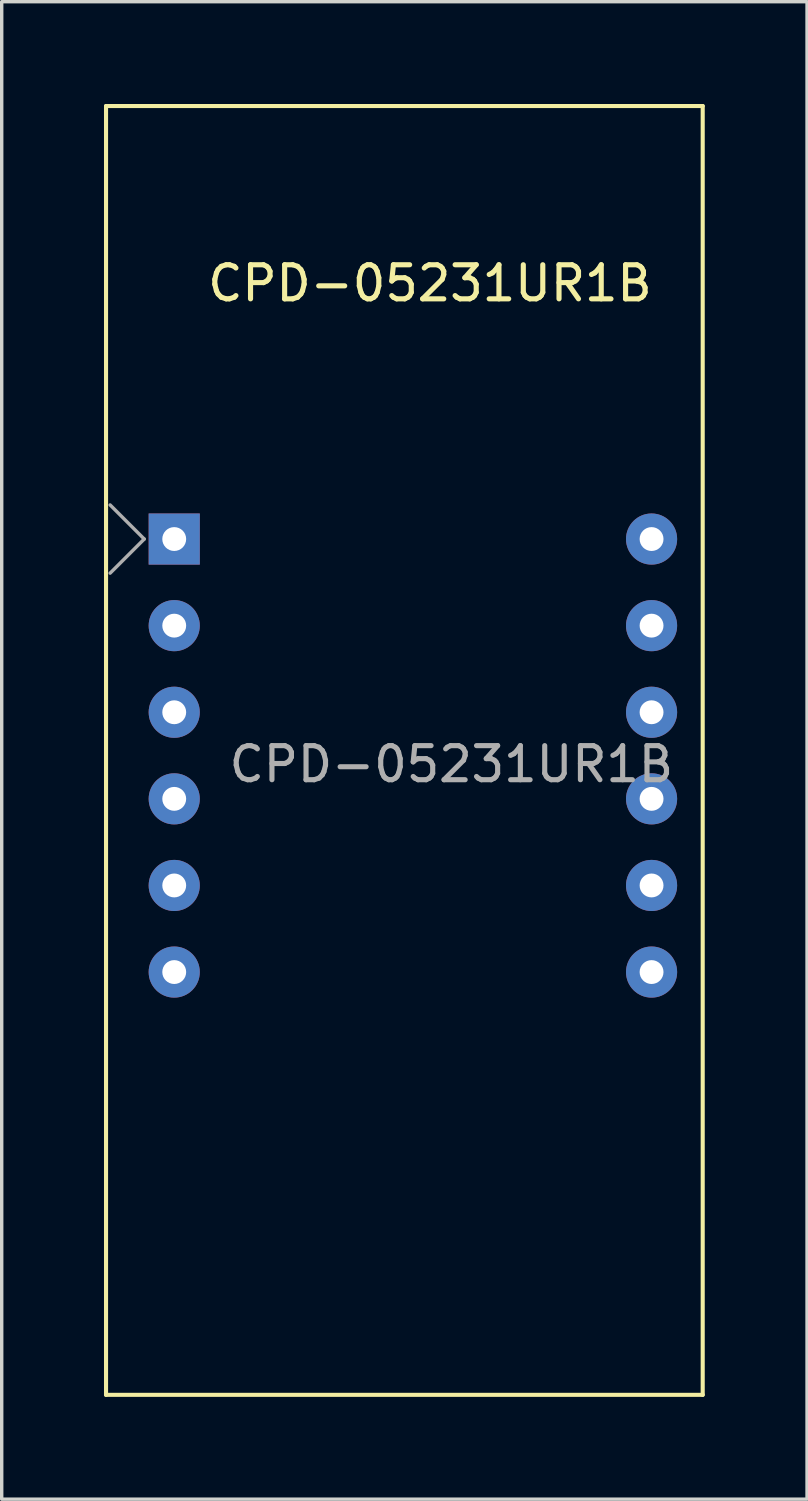
<source format=kicad_pcb>
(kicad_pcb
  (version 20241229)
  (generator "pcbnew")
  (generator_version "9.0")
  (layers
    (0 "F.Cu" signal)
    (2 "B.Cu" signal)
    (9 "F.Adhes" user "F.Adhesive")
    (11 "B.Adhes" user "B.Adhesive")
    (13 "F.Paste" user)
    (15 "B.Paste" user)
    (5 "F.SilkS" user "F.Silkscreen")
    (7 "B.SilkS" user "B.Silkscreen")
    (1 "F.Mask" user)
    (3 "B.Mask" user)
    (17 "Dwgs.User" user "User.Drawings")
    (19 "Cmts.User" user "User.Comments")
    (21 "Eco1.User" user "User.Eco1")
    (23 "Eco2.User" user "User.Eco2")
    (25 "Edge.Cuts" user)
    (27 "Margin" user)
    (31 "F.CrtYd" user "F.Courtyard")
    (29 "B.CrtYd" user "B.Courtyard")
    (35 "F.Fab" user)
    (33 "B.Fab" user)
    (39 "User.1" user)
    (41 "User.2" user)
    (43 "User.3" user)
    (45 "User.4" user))
  (footprint "CPD-05231UR1B"
    (layer "F.Cu")
    (at 2.06 12.76)
    (property "Reference" "CPD-05231UR1B" (at 7.5 -7.5 0) (layer "F.SilkS") (effects (font (size 1 1) (thickness 0.15))))
    (attr through_hole)
    (fp_line (start -2 -12.7) (end 15.5 -12.7) (stroke (width 0.12) (type solid)) (layer "F.SilkS"))
    (fp_line (start -2 25.1) (end -2 -12.7) (stroke (width 0.12) (type solid)) (layer "F.SilkS"))
    (fp_line (start 15.5 -12.7) (end 15.5 25.1) (stroke (width 0.12) (type solid)) (layer "F.SilkS"))
    (fp_line (start 15.5 25.1) (end -2 25.1) (stroke (width 0.12) (type solid)) (layer "F.SilkS"))
    (fp_line (start -1.88 1) (end -0.88 0) (stroke (width 0.1) (type solid)) (layer "F.Fab"))
    (fp_line (start -0.88 0) (end -1.88 -1) (stroke (width 0.1) (type solid)) (layer "F.Fab"))
    (fp_text user "${REFERENCE}" (at 8.128 6.604 0) (layer "F.Fab") (effects (font (size 1 1) (thickness 0.15))))
    (pad "1" thru_hole rect (at 0 0) (size 1.5 1.5) (drill 0.7) (layers "*.Cu" "*.Mask"))
    (pad "2" thru_hole circle (at 0 2.54) (size 1.5 1.5) (drill 0.7) (layers "*.Cu" "*.Mask"))
    (pad "3" thru_hole circle (at 0 5.08) (size 1.5 1.5) (drill 0.7) (layers "*.Cu" "*.Mask"))
    (pad "4" thru_hole circle (at 0 7.62) (size 1.5 1.5) (drill 0.7) (layers "*.Cu" "*.Mask"))
    (pad "5" thru_hole circle (at 0 10.16) (size 1.5 1.5) (drill 0.7) (layers "*.Cu" "*.Mask"))
    (pad "6" thru_hole circle (at 0 12.7) (size 1.5 1.5) (drill 0.7) (layers "*.Cu" "*.Mask"))
    (pad "7" thru_hole circle (at 14 12.7) (size 1.5 1.5) (drill 0.7) (layers "*.Cu" "*.Mask"))
    (pad "8" thru_hole circle (at 14 10.16) (size 1.5 1.5) (drill 0.7) (layers "*.Cu" "*.Mask"))
    (pad "9" thru_hole circle (at 14 7.62) (size 1.5 1.5) (drill 0.7) (layers "*.Cu" "*.Mask"))
    (pad "10" thru_hole circle (at 14 5.08) (size 1.5 1.5) (drill 0.7) (layers "*.Cu" "*.Mask"))
    (pad "11" thru_hole circle (at 14 2.54) (size 1.5 1.5) (drill 0.7) (layers "*.Cu" "*.Mask"))
    (pad "12" thru_hole circle (at 14 0) (size 1.5 1.5) (drill 0.7) (layers "*.Cu" "*.Mask")))
  (gr_rect
    (start -3 -3)
    (end 20.62 40.92)
    (stroke (width 0.1) (type default))
    (fill no)
    (layer "Edge.Cuts")))
</source>
